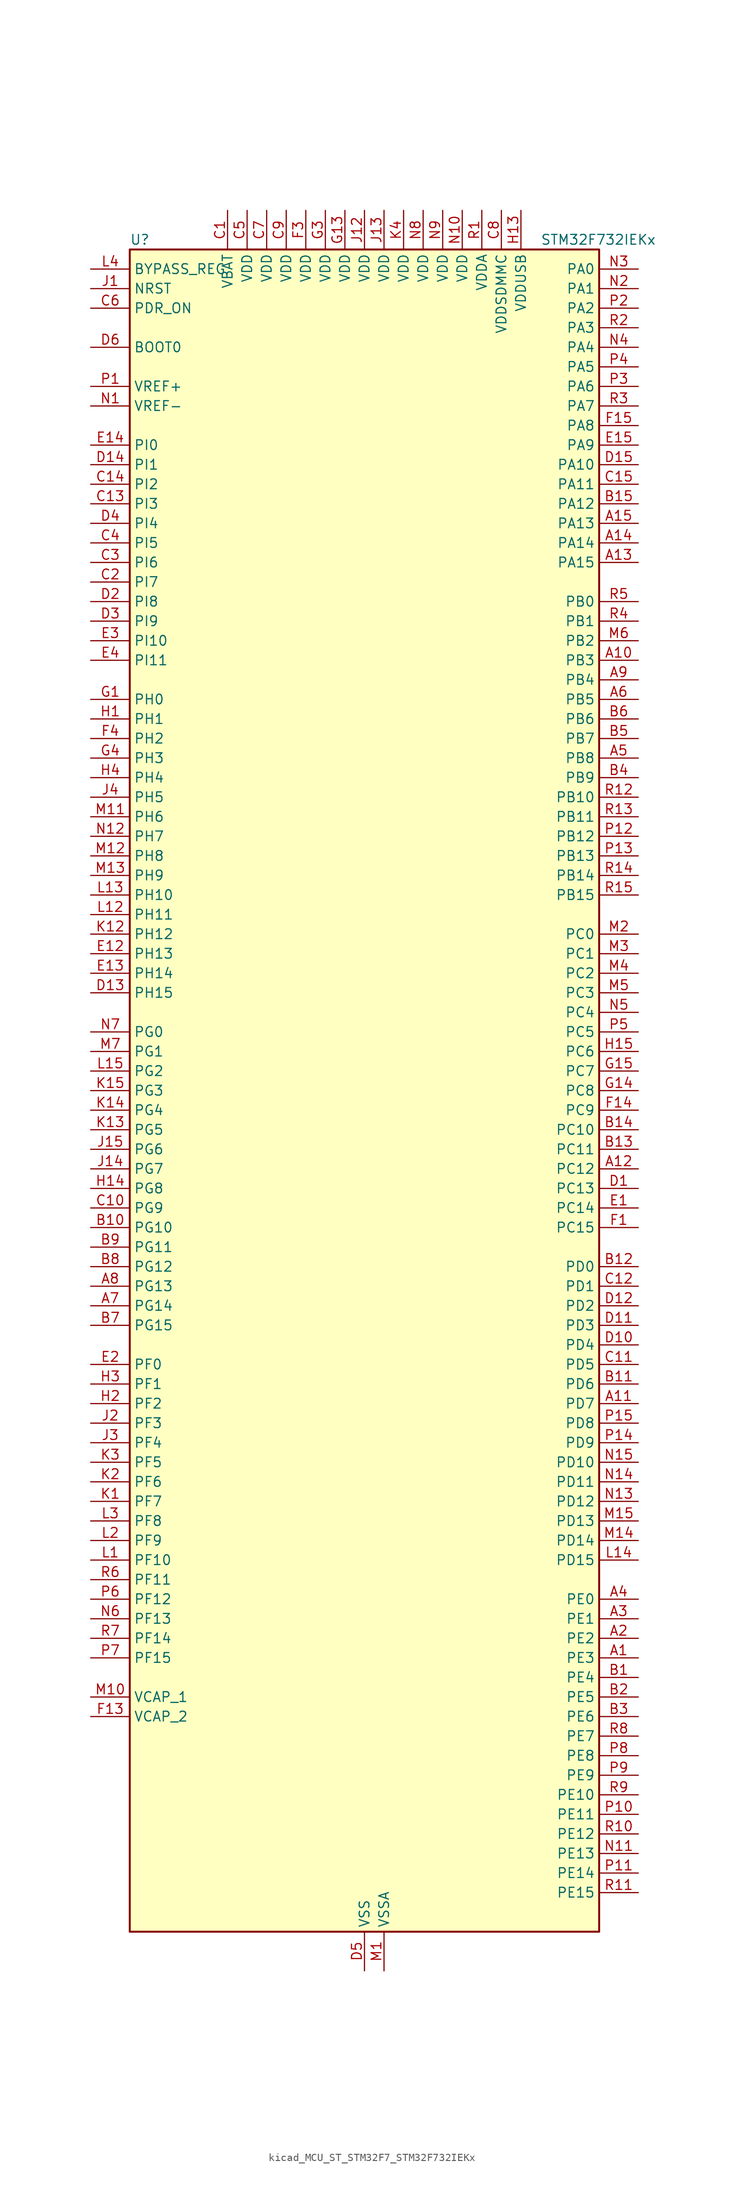
<source format=kicad_sym>
(kicad_symbol_lib
  (version 20220914)
  (generator kicad_symbol_editor)
  (symbol "kicad_MCU_ST_STM32F7_STM32F732IEKx"
    (property "Reference" "U"
      (at -30.48 110.49 0)
      (effects (font (size 1.27 1.27)) (justify left)))
    (property "Value" "STM32F732IEKx"
      (at 22.86 110.49 0)
      (effects (font (size 1.27 1.27)) (justify left)))
    (property "ki_locked" ""
      (at 0 0 0)
      (effects (font (size 1.27 1.27))))
    (symbol "kicad_MCU_ST_STM32F7_STM32F732IEKx_0_1"
      (rectangle (start -30.48 -109.22) (end 30.48 109.22) (stroke (width 0.254) (type default)) (fill (type background))))
    (symbol "kicad_MCU_ST_STM32F7_STM32F732IEKx_1_1"
      (pin bidirectional line (at 35.56 -73.66 180) (length 5.08) (name "PE3" (effects (font (size 1.27 1.27)))) (number "A1" (effects (font (size 1.27 1.27)))) (alternate "FMC_A19" bidirectional line) (alternate "SAI1_SD_B" bidirectional line) (alternate "SYS_TRACED0" bidirectional line))
      (pin bidirectional line (at 35.56 55.88 180) (length 5.08) (name "PB3" (effects (font (size 1.27 1.27)))) (number "A10" (effects (font (size 1.27 1.27)))) (alternate "I2S1_CK" bidirectional line) (alternate "I2S3_CK" bidirectional line) (alternate "SDMMC2_D2" bidirectional line) (alternate "SPI1_SCK" bidirectional line) (alternate "SPI3_SCK" bidirectional line) (alternate "SYS_JTDO-SWO" bidirectional line) (alternate "TIM2_CH2" bidirectional line))
      (pin bidirectional line (at 35.56 -40.64 180) (length 5.08) (name "PD7" (effects (font (size 1.27 1.27)))) (number "A11" (effects (font (size 1.27 1.27)))) (alternate "FMC_NE1" bidirectional line) (alternate "SDMMC2_CMD" bidirectional line) (alternate "USART2_CK" bidirectional line))
      (pin bidirectional line (at 35.56 -10.16 180) (length 5.08) (name "PC12" (effects (font (size 1.27 1.27)))) (number "A12" (effects (font (size 1.27 1.27)))) (alternate "I2S3_SD" bidirectional line) (alternate "SDMMC1_CK" bidirectional line) (alternate "SPI3_MOSI" bidirectional line) (alternate "SYS_TRACED3" bidirectional line) (alternate "UART5_TX" bidirectional line) (alternate "USART3_CK" bidirectional line))
      (pin bidirectional line (at 35.56 68.58 180) (length 5.08) (name "PA15" (effects (font (size 1.27 1.27)))) (number "A13" (effects (font (size 1.27 1.27)))) (alternate "I2S1_WS" bidirectional line) (alternate "I2S3_WS" bidirectional line) (alternate "SPI1_NSS" bidirectional line) (alternate "SPI3_NSS" bidirectional line) (alternate "SYS_JTDI" bidirectional line) (alternate "TIM2_CH1" bidirectional line) (alternate "TIM2_ETR" bidirectional line) (alternate "UART4_DE" bidirectional line) (alternate "UART4_RTS" bidirectional line))
      (pin bidirectional line (at 35.56 71.12 180) (length 5.08) (name "PA14" (effects (font (size 1.27 1.27)))) (number "A14" (effects (font (size 1.27 1.27)))) (alternate "SYS_JTCK-SWCLK" bidirectional line))
      (pin bidirectional line (at 35.56 73.66 180) (length 5.08) (name "PA13" (effects (font (size 1.27 1.27)))) (number "A15" (effects (font (size 1.27 1.27)))) (alternate "SYS_JTMS-SWDIO" bidirectional line))
      (pin bidirectional line (at 35.56 -71.12 180) (length 5.08) (name "PE2" (effects (font (size 1.27 1.27)))) (number "A2" (effects (font (size 1.27 1.27)))) (alternate "FMC_A23" bidirectional line) (alternate "QUADSPI_BK1_IO2" bidirectional line) (alternate "SAI1_MCLK_A" bidirectional line) (alternate "SPI4_SCK" bidirectional line) (alternate "SYS_TRACECLK" bidirectional line))
      (pin bidirectional line (at 35.56 -68.58 180) (length 5.08) (name "PE1" (effects (font (size 1.27 1.27)))) (number "A3" (effects (font (size 1.27 1.27)))) (alternate "FMC_NBL1" bidirectional line) (alternate "LPTIM1_IN2" bidirectional line) (alternate "UART8_TX" bidirectional line))
      (pin bidirectional line (at 35.56 -66.04 180) (length 5.08) (name "PE0" (effects (font (size 1.27 1.27)))) (number "A4" (effects (font (size 1.27 1.27)))) (alternate "FMC_NBL0" bidirectional line) (alternate "LPTIM1_ETR" bidirectional line) (alternate "SAI2_MCLK_A" bidirectional line) (alternate "TIM4_ETR" bidirectional line) (alternate "UART8_RX" bidirectional line))
      (pin bidirectional line (at 35.56 43.18 180) (length 5.08) (name "PB8" (effects (font (size 1.27 1.27)))) (number "A5" (effects (font (size 1.27 1.27)))) (alternate "CAN1_RX" bidirectional line) (alternate "I2C1_SCL" bidirectional line) (alternate "SDMMC1_D4" bidirectional line) (alternate "SDMMC2_D4" bidirectional line) (alternate "TIM10_CH1" bidirectional line) (alternate "TIM4_CH3" bidirectional line))
      (pin bidirectional line (at 35.56 50.8 180) (length 5.08) (name "PB5" (effects (font (size 1.27 1.27)))) (number "A6" (effects (font (size 1.27 1.27)))) (alternate "FMC_SDCKE1" bidirectional line) (alternate "I2C1_SMBA" bidirectional line) (alternate "I2S1_SD" bidirectional line) (alternate "I2S3_SD" bidirectional line) (alternate "SPI1_MOSI" bidirectional line) (alternate "SPI3_MOSI" bidirectional line) (alternate "TIM3_CH2" bidirectional line) (alternate "USB_OTG_HS_ULPI_D7" bidirectional line))
      (pin bidirectional line (at -35.56 -27.94 0) (length 5.08) (name "PG14" (effects (font (size 1.27 1.27)))) (number "A7" (effects (font (size 1.27 1.27)))) (alternate "FMC_A25" bidirectional line) (alternate "LPTIM1_ETR" bidirectional line) (alternate "QUADSPI_BK2_IO3" bidirectional line) (alternate "SYS_TRACED1" bidirectional line) (alternate "USART6_TX" bidirectional line))
      (pin bidirectional line (at -35.56 -25.4 0) (length 5.08) (name "PG13" (effects (font (size 1.27 1.27)))) (number "A8" (effects (font (size 1.27 1.27)))) (alternate "FMC_A24" bidirectional line) (alternate "LPTIM1_OUT" bidirectional line) (alternate "SYS_TRACED0" bidirectional line) (alternate "USART6_CTS" bidirectional line))
      (pin bidirectional line (at 35.56 53.34 180) (length 5.08) (name "PB4" (effects (font (size 1.27 1.27)))) (number "A9" (effects (font (size 1.27 1.27)))) (alternate "I2S2_WS" bidirectional line) (alternate "SDMMC2_D3" bidirectional line) (alternate "SPI1_MISO" bidirectional line) (alternate "SPI2_NSS" bidirectional line) (alternate "SPI3_MISO" bidirectional line) (alternate "SYS_JTRST" bidirectional line) (alternate "TIM3_CH1" bidirectional line))
      (pin bidirectional line (at 35.56 -76.2 180) (length 5.08) (name "PE4" (effects (font (size 1.27 1.27)))) (number "B1" (effects (font (size 1.27 1.27)))) (alternate "FMC_A20" bidirectional line) (alternate "SAI1_FS_A" bidirectional line) (alternate "SPI4_NSS" bidirectional line) (alternate "SYS_TRACED1" bidirectional line))
      (pin bidirectional line (at -35.56 -17.78 0) (length 5.08) (name "PG10" (effects (font (size 1.27 1.27)))) (number "B10" (effects (font (size 1.27 1.27)))) (alternate "FMC_NE3" bidirectional line) (alternate "SAI2_SD_B" bidirectional line) (alternate "SDMMC2_D1" bidirectional line))
      (pin bidirectional line (at 35.56 -38.1 180) (length 5.08) (name "PD6" (effects (font (size 1.27 1.27)))) (number "B11" (effects (font (size 1.27 1.27)))) (alternate "FMC_NWAIT" bidirectional line) (alternate "I2S3_SD" bidirectional line) (alternate "SAI1_SD_A" bidirectional line) (alternate "SDMMC2_CK" bidirectional line) (alternate "SPI3_MOSI" bidirectional line) (alternate "USART2_RX" bidirectional line))
      (pin bidirectional line (at 35.56 -22.86 180) (length 5.08) (name "PD0" (effects (font (size 1.27 1.27)))) (number "B12" (effects (font (size 1.27 1.27)))) (alternate "CAN1_RX" bidirectional line) (alternate "FMC_D2" bidirectional line) (alternate "FMC_DA2" bidirectional line))
      (pin bidirectional line (at 35.56 -7.62 180) (length 5.08) (name "PC11" (effects (font (size 1.27 1.27)))) (number "B13" (effects (font (size 1.27 1.27)))) (alternate "ADC1_EXTI11" bidirectional line) (alternate "ADC2_EXTI11" bidirectional line) (alternate "ADC3_EXTI11" bidirectional line) (alternate "QUADSPI_BK2_NCS" bidirectional line) (alternate "SDMMC1_D3" bidirectional line) (alternate "SPI3_MISO" bidirectional line) (alternate "UART4_RX" bidirectional line) (alternate "USART3_RX" bidirectional line))
      (pin bidirectional line (at 35.56 -5.08 180) (length 5.08) (name "PC10" (effects (font (size 1.27 1.27)))) (number "B14" (effects (font (size 1.27 1.27)))) (alternate "I2S3_CK" bidirectional line) (alternate "QUADSPI_BK1_IO1" bidirectional line) (alternate "SDMMC1_D2" bidirectional line) (alternate "SPI3_SCK" bidirectional line) (alternate "UART4_TX" bidirectional line) (alternate "USART3_TX" bidirectional line))
      (pin bidirectional line (at 35.56 76.2 180) (length 5.08) (name "PA12" (effects (font (size 1.27 1.27)))) (number "B15" (effects (font (size 1.27 1.27)))) (alternate "CAN1_TX" bidirectional line) (alternate "SAI2_FS_B" bidirectional line) (alternate "TIM1_ETR" bidirectional line) (alternate "USART1_DE" bidirectional line) (alternate "USART1_RTS" bidirectional line) (alternate "USB_OTG_FS_DP" bidirectional line))
      (pin bidirectional line (at 35.56 -78.74 180) (length 5.08) (name "PE5" (effects (font (size 1.27 1.27)))) (number "B2" (effects (font (size 1.27 1.27)))) (alternate "FMC_A21" bidirectional line) (alternate "SAI1_SCK_A" bidirectional line) (alternate "SPI4_MISO" bidirectional line) (alternate "SYS_TRACED2" bidirectional line) (alternate "TIM9_CH1" bidirectional line))
      (pin bidirectional line (at 35.56 -81.28 180) (length 5.08) (name "PE6" (effects (font (size 1.27 1.27)))) (number "B3" (effects (font (size 1.27 1.27)))) (alternate "FMC_A22" bidirectional line) (alternate "SAI1_SD_A" bidirectional line) (alternate "SAI2_MCLK_B" bidirectional line) (alternate "SPI4_MOSI" bidirectional line) (alternate "SYS_TRACED3" bidirectional line) (alternate "TIM1_BKIN2" bidirectional line) (alternate "TIM9_CH2" bidirectional line))
      (pin bidirectional line (at 35.56 40.64 180) (length 5.08) (name "PB9" (effects (font (size 1.27 1.27)))) (number "B4" (effects (font (size 1.27 1.27)))) (alternate "CAN1_TX" bidirectional line) (alternate "DAC_EXTI9" bidirectional line) (alternate "I2C1_SDA" bidirectional line) (alternate "I2S2_WS" bidirectional line) (alternate "SDMMC1_D5" bidirectional line) (alternate "SDMMC2_D5" bidirectional line) (alternate "SPI2_NSS" bidirectional line) (alternate "TIM11_CH1" bidirectional line) (alternate "TIM4_CH4" bidirectional line))
      (pin bidirectional line (at 35.56 45.72 180) (length 5.08) (name "PB7" (effects (font (size 1.27 1.27)))) (number "B5" (effects (font (size 1.27 1.27)))) (alternate "FMC_NL" bidirectional line) (alternate "I2C1_SDA" bidirectional line) (alternate "TIM4_CH2" bidirectional line) (alternate "USART1_RX" bidirectional line))
      (pin bidirectional line (at 35.56 48.26 180) (length 5.08) (name "PB6" (effects (font (size 1.27 1.27)))) (number "B6" (effects (font (size 1.27 1.27)))) (alternate "FMC_SDNE1" bidirectional line) (alternate "I2C1_SCL" bidirectional line) (alternate "QUADSPI_BK1_NCS" bidirectional line) (alternate "TIM4_CH1" bidirectional line) (alternate "USART1_TX" bidirectional line))
      (pin bidirectional line (at -35.56 -30.48 0) (length 5.08) (name "PG15" (effects (font (size 1.27 1.27)))) (number "B7" (effects (font (size 1.27 1.27)))) (alternate "FMC_SDNCAS" bidirectional line) (alternate "USART6_CTS" bidirectional line))
      (pin bidirectional line (at -35.56 -22.86 0) (length 5.08) (name "PG12" (effects (font (size 1.27 1.27)))) (number "B8" (effects (font (size 1.27 1.27)))) (alternate "FMC_NE4" bidirectional line) (alternate "LPTIM1_IN1" bidirectional line) (alternate "SDMMC2_D3" bidirectional line) (alternate "USART6_DE" bidirectional line) (alternate "USART6_RTS" bidirectional line))
      (pin bidirectional line (at -35.56 -20.32 0) (length 5.08) (name "PG11" (effects (font (size 1.27 1.27)))) (number "B9" (effects (font (size 1.27 1.27)))) (alternate "ADC1_EXTI11" bidirectional line) (alternate "ADC2_EXTI11" bidirectional line) (alternate "ADC3_EXTI11" bidirectional line) (alternate "FMC_INT" bidirectional line) (alternate "SDMMC2_D2" bidirectional line))
      (pin power_in line (at -17.78 114.3 270) (length 5.08) (name "VBAT" (effects (font (size 1.27 1.27)))) (number "C1" (effects (font (size 1.27 1.27)))))
      (pin bidirectional line (at -35.56 -15.24 0) (length 5.08) (name "PG9" (effects (font (size 1.27 1.27)))) (number "C10" (effects (font (size 1.27 1.27)))) (alternate "DAC_EXTI9" bidirectional line) (alternate "FMC_NCE" bidirectional line) (alternate "FMC_NE2" bidirectional line) (alternate "QUADSPI_BK2_IO2" bidirectional line) (alternate "SAI2_FS_B" bidirectional line) (alternate "SDMMC2_D0" bidirectional line) (alternate "USART6_RX" bidirectional line))
      (pin bidirectional line (at 35.56 -35.56 180) (length 5.08) (name "PD5" (effects (font (size 1.27 1.27)))) (number "C11" (effects (font (size 1.27 1.27)))) (alternate "FMC_NWE" bidirectional line) (alternate "USART2_TX" bidirectional line))
      (pin bidirectional line (at 35.56 -25.4 180) (length 5.08) (name "PD1" (effects (font (size 1.27 1.27)))) (number "C12" (effects (font (size 1.27 1.27)))) (alternate "CAN1_TX" bidirectional line) (alternate "FMC_D3" bidirectional line) (alternate "FMC_DA3" bidirectional line))
      (pin bidirectional line (at -35.56 76.2 0) (length 5.08) (name "PI3" (effects (font (size 1.27 1.27)))) (number "C13" (effects (font (size 1.27 1.27)))) (alternate "FMC_D27" bidirectional line) (alternate "I2S2_SD" bidirectional line) (alternate "SPI2_MOSI" bidirectional line) (alternate "TIM8_ETR" bidirectional line))
      (pin bidirectional line (at -35.56 78.74 0) (length 5.08) (name "PI2" (effects (font (size 1.27 1.27)))) (number "C14" (effects (font (size 1.27 1.27)))) (alternate "FMC_D26" bidirectional line) (alternate "SPI2_MISO" bidirectional line) (alternate "TIM8_CH4" bidirectional line))
      (pin bidirectional line (at 35.56 78.74 180) (length 5.08) (name "PA11" (effects (font (size 1.27 1.27)))) (number "C15" (effects (font (size 1.27 1.27)))) (alternate "ADC1_EXTI11" bidirectional line) (alternate "ADC2_EXTI11" bidirectional line) (alternate "ADC3_EXTI11" bidirectional line) (alternate "CAN1_RX" bidirectional line) (alternate "TIM1_CH4" bidirectional line) (alternate "USART1_CTS" bidirectional line) (alternate "USB_OTG_FS_DM" bidirectional line))
      (pin bidirectional line (at -35.56 66.04 0) (length 5.08) (name "PI7" (effects (font (size 1.27 1.27)))) (number "C2" (effects (font (size 1.27 1.27)))) (alternate "FMC_D29" bidirectional line) (alternate "SAI2_FS_A" bidirectional line) (alternate "TIM8_CH3" bidirectional line))
      (pin bidirectional line (at -35.56 68.58 0) (length 5.08) (name "PI6" (effects (font (size 1.27 1.27)))) (number "C3" (effects (font (size 1.27 1.27)))) (alternate "FMC_D28" bidirectional line) (alternate "SAI2_SD_A" bidirectional line) (alternate "TIM8_CH2" bidirectional line))
      (pin bidirectional line (at -35.56 71.12 0) (length 5.08) (name "PI5" (effects (font (size 1.27 1.27)))) (number "C4" (effects (font (size 1.27 1.27)))) (alternate "FMC_NBL3" bidirectional line) (alternate "SAI2_SCK_A" bidirectional line) (alternate "TIM8_CH1" bidirectional line))
      (pin power_in line (at -15.24 114.3 270) (length 5.08) (name "VDD" (effects (font (size 1.27 1.27)))) (number "C5" (effects (font (size 1.27 1.27)))))
      (pin input line (at -35.56 101.6 0) (length 5.08) (name "PDR_ON" (effects (font (size 1.27 1.27)))) (number "C6" (effects (font (size 1.27 1.27)))))
      (pin power_in line (at -12.7 114.3 270) (length 5.08) (name "VDD" (effects (font (size 1.27 1.27)))) (number "C7" (effects (font (size 1.27 1.27)))))
      (pin power_in line (at 17.78 114.3 270) (length 5.08) (name "VDDSDMMC" (effects (font (size 1.27 1.27)))) (number "C8" (effects (font (size 1.27 1.27)))))
      (pin power_in line (at -10.16 114.3 270) (length 5.08) (name "VDD" (effects (font (size 1.27 1.27)))) (number "C9" (effects (font (size 1.27 1.27)))))
      (pin bidirectional line (at 35.56 -12.7 180) (length 5.08) (name "PC13" (effects (font (size 1.27 1.27)))) (number "D1" (effects (font (size 1.27 1.27)))) (alternate "RTC_OUT" bidirectional line) (alternate "RTC_TAMP1" bidirectional line) (alternate "RTC_TS" bidirectional line) (alternate "SYS_WKUP4" bidirectional line))
      (pin bidirectional line (at 35.56 -33.02 180) (length 5.08) (name "PD4" (effects (font (size 1.27 1.27)))) (number "D10" (effects (font (size 1.27 1.27)))) (alternate "FMC_NOE" bidirectional line) (alternate "USART2_DE" bidirectional line) (alternate "USART2_RTS" bidirectional line))
      (pin bidirectional line (at 35.56 -30.48 180) (length 5.08) (name "PD3" (effects (font (size 1.27 1.27)))) (number "D11" (effects (font (size 1.27 1.27)))) (alternate "FMC_CLK" bidirectional line) (alternate "I2S2_CK" bidirectional line) (alternate "SPI2_SCK" bidirectional line) (alternate "USART2_CTS" bidirectional line))
      (pin bidirectional line (at 35.56 -27.94 180) (length 5.08) (name "PD2" (effects (font (size 1.27 1.27)))) (number "D12" (effects (font (size 1.27 1.27)))) (alternate "SDMMC1_CMD" bidirectional line) (alternate "SYS_TRACED2" bidirectional line) (alternate "TIM3_ETR" bidirectional line) (alternate "UART5_RX" bidirectional line))
      (pin bidirectional line (at -35.56 12.7 0) (length 5.08) (name "PH15" (effects (font (size 1.27 1.27)))) (number "D13" (effects (font (size 1.27 1.27)))) (alternate "FMC_D23" bidirectional line) (alternate "TIM8_CH3N" bidirectional line))
      (pin bidirectional line (at -35.56 81.28 0) (length 5.08) (name "PI1" (effects (font (size 1.27 1.27)))) (number "D14" (effects (font (size 1.27 1.27)))) (alternate "FMC_D25" bidirectional line) (alternate "I2S2_CK" bidirectional line) (alternate "SPI2_SCK" bidirectional line) (alternate "TIM8_BKIN2" bidirectional line))
      (pin bidirectional line (at 35.56 81.28 180) (length 5.08) (name "PA10" (effects (font (size 1.27 1.27)))) (number "D15" (effects (font (size 1.27 1.27)))) (alternate "TIM1_CH3" bidirectional line) (alternate "USART1_RX" bidirectional line) (alternate "USB_OTG_FS_ID" bidirectional line))
      (pin bidirectional line (at -35.56 63.5 0) (length 5.08) (name "PI8" (effects (font (size 1.27 1.27)))) (number "D2" (effects (font (size 1.27 1.27)))) (alternate "RTC_TAMP2" bidirectional line) (alternate "RTC_TS" bidirectional line) (alternate "SYS_WKUP5" bidirectional line))
      (pin bidirectional line (at -35.56 60.96 0) (length 5.08) (name "PI9" (effects (font (size 1.27 1.27)))) (number "D3" (effects (font (size 1.27 1.27)))) (alternate "CAN1_RX" bidirectional line) (alternate "DAC_EXTI9" bidirectional line) (alternate "FMC_D30" bidirectional line) (alternate "UART4_RX" bidirectional line))
      (pin bidirectional line (at -35.56 73.66 0) (length 5.08) (name "PI4" (effects (font (size 1.27 1.27)))) (number "D4" (effects (font (size 1.27 1.27)))) (alternate "FMC_NBL2" bidirectional line) (alternate "SAI2_MCLK_A" bidirectional line) (alternate "TIM8_BKIN" bidirectional line))
      (pin power_in line (at 0 -114.3 90) (length 5.08) (name "VSS" (effects (font (size 1.27 1.27)))) (number "D5" (effects (font (size 1.27 1.27)))))
      (pin input line (at -35.56 96.52 0) (length 5.08) (name "BOOT0" (effects (font (size 1.27 1.27)))) (number "D6" (effects (font (size 1.27 1.27)))))
      (pin passive line (at 0 -114.3 90) (length 5.08) hide (name "VSS" (effects (font (size 1.27 1.27)))) (number "D7" (effects (font (size 1.27 1.27)))))
      (pin passive line (at 0 -114.3 90) (length 5.08) hide (name "VSS" (effects (font (size 1.27 1.27)))) (number "D8" (effects (font (size 1.27 1.27)))))
      (pin passive line (at 0 -114.3 90) (length 5.08) hide (name "VSS" (effects (font (size 1.27 1.27)))) (number "D9" (effects (font (size 1.27 1.27)))))
      (pin bidirectional line (at 35.56 -15.24 180) (length 5.08) (name "PC14" (effects (font (size 1.27 1.27)))) (number "E1" (effects (font (size 1.27 1.27)))) (alternate "RCC_OSC32_IN" bidirectional line))
      (pin bidirectional line (at -35.56 17.78 0) (length 5.08) (name "PH13" (effects (font (size 1.27 1.27)))) (number "E12" (effects (font (size 1.27 1.27)))) (alternate "CAN1_TX" bidirectional line) (alternate "FMC_D21" bidirectional line) (alternate "TIM8_CH1N" bidirectional line) (alternate "UART4_TX" bidirectional line))
      (pin bidirectional line (at -35.56 15.24 0) (length 5.08) (name "PH14" (effects (font (size 1.27 1.27)))) (number "E13" (effects (font (size 1.27 1.27)))) (alternate "CAN1_RX" bidirectional line) (alternate "FMC_D22" bidirectional line) (alternate "TIM8_CH2N" bidirectional line) (alternate "UART4_RX" bidirectional line))
      (pin bidirectional line (at -35.56 83.82 0) (length 5.08) (name "PI0" (effects (font (size 1.27 1.27)))) (number "E14" (effects (font (size 1.27 1.27)))) (alternate "FMC_D24" bidirectional line) (alternate "I2S2_WS" bidirectional line) (alternate "SPI2_NSS" bidirectional line) (alternate "TIM5_CH4" bidirectional line))
      (pin bidirectional line (at 35.56 83.82 180) (length 5.08) (name "PA9" (effects (font (size 1.27 1.27)))) (number "E15" (effects (font (size 1.27 1.27)))) (alternate "DAC_EXTI9" bidirectional line) (alternate "I2C3_SMBA" bidirectional line) (alternate "I2S2_CK" bidirectional line) (alternate "SPI2_SCK" bidirectional line) (alternate "TIM1_CH2" bidirectional line) (alternate "USART1_TX" bidirectional line) (alternate "USB_OTG_FS_VBUS" bidirectional line))
      (pin bidirectional line (at -35.56 -35.56 0) (length 5.08) (name "PF0" (effects (font (size 1.27 1.27)))) (number "E2" (effects (font (size 1.27 1.27)))) (alternate "FMC_A0" bidirectional line) (alternate "I2C2_SDA" bidirectional line))
      (pin bidirectional line (at -35.56 58.42 0) (length 5.08) (name "PI10" (effects (font (size 1.27 1.27)))) (number "E3" (effects (font (size 1.27 1.27)))) (alternate "FMC_D31" bidirectional line))
      (pin bidirectional line (at -35.56 55.88 0) (length 5.08) (name "PI11" (effects (font (size 1.27 1.27)))) (number "E4" (effects (font (size 1.27 1.27)))) (alternate "ADC1_EXTI11" bidirectional line) (alternate "ADC2_EXTI11" bidirectional line) (alternate "ADC3_EXTI11" bidirectional line) (alternate "SYS_WKUP6" bidirectional line) (alternate "USB_OTG_HS_ULPI_DIR" bidirectional line))
      (pin bidirectional line (at 35.56 -17.78 180) (length 5.08) (name "PC15" (effects (font (size 1.27 1.27)))) (number "F1" (effects (font (size 1.27 1.27)))) (alternate "RCC_OSC32_OUT" bidirectional line))
      (pin passive line (at 0 -114.3 90) (length 5.08) hide (name "VSS" (effects (font (size 1.27 1.27)))) (number "F10" (effects (font (size 1.27 1.27)))))
      (pin passive line (at 0 -114.3 90) (length 5.08) hide (name "VSS" (effects (font (size 1.27 1.27)))) (number "F12" (effects (font (size 1.27 1.27)))))
      (pin power_out line (at -35.56 -81.28 0) (length 5.08) (name "VCAP_2" (effects (font (size 1.27 1.27)))) (number "F13" (effects (font (size 1.27 1.27)))))
      (pin bidirectional line (at 35.56 -2.54 180) (length 5.08) (name "PC9" (effects (font (size 1.27 1.27)))) (number "F14" (effects (font (size 1.27 1.27)))) (alternate "DAC_EXTI9" bidirectional line) (alternate "I2C3_SDA" bidirectional line) (alternate "I2S_CKIN" bidirectional line) (alternate "QUADSPI_BK1_IO0" bidirectional line) (alternate "RCC_MCO_2" bidirectional line) (alternate "SDMMC1_D1" bidirectional line) (alternate "TIM3_CH4" bidirectional line) (alternate "TIM8_CH4" bidirectional line) (alternate "UART5_CTS" bidirectional line))
      (pin bidirectional line (at 35.56 86.36 180) (length 5.08) (name "PA8" (effects (font (size 1.27 1.27)))) (number "F15" (effects (font (size 1.27 1.27)))) (alternate "I2C3_SCL" bidirectional line) (alternate "RCC_MCO_1" bidirectional line) (alternate "TIM1_CH1" bidirectional line) (alternate "TIM8_BKIN2" bidirectional line) (alternate "USART1_CK" bidirectional line) (alternate "USB_OTG_FS_SOF" bidirectional line))
      (pin passive line (at 0 -114.3 90) (length 5.08) hide (name "VSS" (effects (font (size 1.27 1.27)))) (number "F2" (effects (font (size 1.27 1.27)))))
      (pin power_in line (at -7.62 114.3 270) (length 5.08) (name "VDD" (effects (font (size 1.27 1.27)))) (number "F3" (effects (font (size 1.27 1.27)))))
      (pin bidirectional line (at -35.56 45.72 0) (length 5.08) (name "PH2" (effects (font (size 1.27 1.27)))) (number "F4" (effects (font (size 1.27 1.27)))) (alternate "FMC_SDCKE0" bidirectional line) (alternate "LPTIM1_IN2" bidirectional line) (alternate "QUADSPI_BK2_IO0" bidirectional line) (alternate "SAI2_SCK_B" bidirectional line))
      (pin passive line (at 0 -114.3 90) (length 5.08) hide (name "VSS" (effects (font (size 1.27 1.27)))) (number "F6" (effects (font (size 1.27 1.27)))))
      (pin passive line (at 0 -114.3 90) (length 5.08) hide (name "VSS" (effects (font (size 1.27 1.27)))) (number "F7" (effects (font (size 1.27 1.27)))))
      (pin passive line (at 0 -114.3 90) (length 5.08) hide (name "VSS" (effects (font (size 1.27 1.27)))) (number "F8" (effects (font (size 1.27 1.27)))))
      (pin passive line (at 0 -114.3 90) (length 5.08) hide (name "VSS" (effects (font (size 1.27 1.27)))) (number "F9" (effects (font (size 1.27 1.27)))))
      (pin bidirectional line (at -35.56 50.8 0) (length 5.08) (name "PH0" (effects (font (size 1.27 1.27)))) (number "G1" (effects (font (size 1.27 1.27)))) (alternate "RCC_OSC_IN" bidirectional line))
      (pin passive line (at 0 -114.3 90) (length 5.08) hide (name "VSS" (effects (font (size 1.27 1.27)))) (number "G10" (effects (font (size 1.27 1.27)))))
      (pin passive line (at 0 -114.3 90) (length 5.08) hide (name "VSS" (effects (font (size 1.27 1.27)))) (number "G12" (effects (font (size 1.27 1.27)))))
      (pin power_in line (at -2.54 114.3 270) (length 5.08) (name "VDD" (effects (font (size 1.27 1.27)))) (number "G13" (effects (font (size 1.27 1.27)))))
      (pin bidirectional line (at 35.56 0 180) (length 5.08) (name "PC8" (effects (font (size 1.27 1.27)))) (number "G14" (effects (font (size 1.27 1.27)))) (alternate "SDMMC1_D0" bidirectional line) (alternate "SYS_TRACED1" bidirectional line) (alternate "TIM3_CH3" bidirectional line) (alternate "TIM8_CH3" bidirectional line) (alternate "UART5_DE" bidirectional line) (alternate "UART5_RTS" bidirectional line) (alternate "USART6_CK" bidirectional line))
      (pin bidirectional line (at 35.56 2.54 180) (length 5.08) (name "PC7" (effects (font (size 1.27 1.27)))) (number "G15" (effects (font (size 1.27 1.27)))) (alternate "I2S3_MCK" bidirectional line) (alternate "SDMMC1_D7" bidirectional line) (alternate "SDMMC2_D7" bidirectional line) (alternate "TIM3_CH2" bidirectional line) (alternate "TIM8_CH2" bidirectional line) (alternate "USART6_RX" bidirectional line))
      (pin passive line (at 0 -114.3 90) (length 5.08) hide (name "VSS" (effects (font (size 1.27 1.27)))) (number "G2" (effects (font (size 1.27 1.27)))))
      (pin power_in line (at -5.08 114.3 270) (length 5.08) (name "VDD" (effects (font (size 1.27 1.27)))) (number "G3" (effects (font (size 1.27 1.27)))))
      (pin bidirectional line (at -35.56 43.18 0) (length 5.08) (name "PH3" (effects (font (size 1.27 1.27)))) (number "G4" (effects (font (size 1.27 1.27)))) (alternate "FMC_SDNE0" bidirectional line) (alternate "QUADSPI_BK2_IO1" bidirectional line) (alternate "SAI2_MCLK_B" bidirectional line))
      (pin passive line (at 0 -114.3 90) (length 5.08) hide (name "VSS" (effects (font (size 1.27 1.27)))) (number "G6" (effects (font (size 1.27 1.27)))))
      (pin passive line (at 0 -114.3 90) (length 5.08) hide (name "VSS" (effects (font (size 1.27 1.27)))) (number "G7" (effects (font (size 1.27 1.27)))))
      (pin passive line (at 0 -114.3 90) (length 5.08) hide (name "VSS" (effects (font (size 1.27 1.27)))) (number "G8" (effects (font (size 1.27 1.27)))))
      (pin passive line (at 0 -114.3 90) (length 5.08) hide (name "VSS" (effects (font (size 1.27 1.27)))) (number "G9" (effects (font (size 1.27 1.27)))))
      (pin bidirectional line (at -35.56 48.26 0) (length 5.08) (name "PH1" (effects (font (size 1.27 1.27)))) (number "H1" (effects (font (size 1.27 1.27)))) (alternate "RCC_OSC_OUT" bidirectional line))
      (pin passive line (at 0 -114.3 90) (length 5.08) hide (name "VSS" (effects (font (size 1.27 1.27)))) (number "H10" (effects (font (size 1.27 1.27)))))
      (pin passive line (at 0 -114.3 90) (length 5.08) hide (name "VSS" (effects (font (size 1.27 1.27)))) (number "H12" (effects (font (size 1.27 1.27)))))
      (pin power_in line (at 20.32 114.3 270) (length 5.08) (name "VDDUSB" (effects (font (size 1.27 1.27)))) (number "H13" (effects (font (size 1.27 1.27)))))
      (pin bidirectional line (at -35.56 -12.7 0) (length 5.08) (name "PG8" (effects (font (size 1.27 1.27)))) (number "H14" (effects (font (size 1.27 1.27)))) (alternate "FMC_SDCLK" bidirectional line) (alternate "USART6_DE" bidirectional line) (alternate "USART6_RTS" bidirectional line))
      (pin bidirectional line (at 35.56 5.08 180) (length 5.08) (name "PC6" (effects (font (size 1.27 1.27)))) (number "H15" (effects (font (size 1.27 1.27)))) (alternate "I2S2_MCK" bidirectional line) (alternate "SDMMC1_D6" bidirectional line) (alternate "SDMMC2_D6" bidirectional line) (alternate "TIM3_CH1" bidirectional line) (alternate "TIM8_CH1" bidirectional line) (alternate "USART6_TX" bidirectional line))
      (pin bidirectional line (at -35.56 -40.64 0) (length 5.08) (name "PF2" (effects (font (size 1.27 1.27)))) (number "H2" (effects (font (size 1.27 1.27)))) (alternate "FMC_A2" bidirectional line) (alternate "I2C2_SMBA" bidirectional line))
      (pin bidirectional line (at -35.56 -38.1 0) (length 5.08) (name "PF1" (effects (font (size 1.27 1.27)))) (number "H3" (effects (font (size 1.27 1.27)))) (alternate "FMC_A1" bidirectional line) (alternate "I2C2_SCL" bidirectional line))
      (pin bidirectional line (at -35.56 40.64 0) (length 5.08) (name "PH4" (effects (font (size 1.27 1.27)))) (number "H4" (effects (font (size 1.27 1.27)))) (alternate "I2C2_SCL" bidirectional line) (alternate "USB_OTG_HS_ULPI_NXT" bidirectional line))
      (pin passive line (at 0 -114.3 90) (length 5.08) hide (name "VSS" (effects (font (size 1.27 1.27)))) (number "H6" (effects (font (size 1.27 1.27)))))
      (pin passive line (at 0 -114.3 90) (length 5.08) hide (name "VSS" (effects (font (size 1.27 1.27)))) (number "H7" (effects (font (size 1.27 1.27)))))
      (pin passive line (at 0 -114.3 90) (length 5.08) hide (name "VSS" (effects (font (size 1.27 1.27)))) (number "H8" (effects (font (size 1.27 1.27)))))
      (pin passive line (at 0 -114.3 90) (length 5.08) hide (name "VSS" (effects (font (size 1.27 1.27)))) (number "H9" (effects (font (size 1.27 1.27)))))
      (pin input line (at -35.56 104.14 0) (length 5.08) (name "NRST" (effects (font (size 1.27 1.27)))) (number "J1" (effects (font (size 1.27 1.27)))))
      (pin passive line (at 0 -114.3 90) (length 5.08) hide (name "VSS" (effects (font (size 1.27 1.27)))) (number "J10" (effects (font (size 1.27 1.27)))))
      (pin power_in line (at 0 114.3 270) (length 5.08) (name "VDD" (effects (font (size 1.27 1.27)))) (number "J12" (effects (font (size 1.27 1.27)))))
      (pin power_in line (at 2.54 114.3 270) (length 5.08) (name "VDD" (effects (font (size 1.27 1.27)))) (number "J13" (effects (font (size 1.27 1.27)))))
      (pin bidirectional line (at -35.56 -10.16 0) (length 5.08) (name "PG7" (effects (font (size 1.27 1.27)))) (number "J14" (effects (font (size 1.27 1.27)))) (alternate "FMC_INT" bidirectional line) (alternate "USART6_CK" bidirectional line))
      (pin bidirectional line (at -35.56 -7.62 0) (length 5.08) (name "PG6" (effects (font (size 1.27 1.27)))) (number "J15" (effects (font (size 1.27 1.27)))))
      (pin bidirectional line (at -35.56 -43.18 0) (length 5.08) (name "PF3" (effects (font (size 1.27 1.27)))) (number "J2" (effects (font (size 1.27 1.27)))) (alternate "ADC3_IN9" bidirectional line) (alternate "FMC_A3" bidirectional line))
      (pin bidirectional line (at -35.56 -45.72 0) (length 5.08) (name "PF4" (effects (font (size 1.27 1.27)))) (number "J3" (effects (font (size 1.27 1.27)))) (alternate "ADC3_IN14" bidirectional line) (alternate "FMC_A4" bidirectional line))
      (pin bidirectional line (at -35.56 38.1 0) (length 5.08) (name "PH5" (effects (font (size 1.27 1.27)))) (number "J4" (effects (font (size 1.27 1.27)))) (alternate "FMC_SDNWE" bidirectional line) (alternate "I2C2_SDA" bidirectional line) (alternate "SPI5_NSS" bidirectional line))
      (pin passive line (at 0 -114.3 90) (length 5.08) hide (name "VSS" (effects (font (size 1.27 1.27)))) (number "J6" (effects (font (size 1.27 1.27)))))
      (pin passive line (at 0 -114.3 90) (length 5.08) hide (name "VSS" (effects (font (size 1.27 1.27)))) (number "J7" (effects (font (size 1.27 1.27)))))
      (pin passive line (at 0 -114.3 90) (length 5.08) hide (name "VSS" (effects (font (size 1.27 1.27)))) (number "J8" (effects (font (size 1.27 1.27)))))
      (pin passive line (at 0 -114.3 90) (length 5.08) hide (name "VSS" (effects (font (size 1.27 1.27)))) (number "J9" (effects (font (size 1.27 1.27)))))
      (pin bidirectional line (at -35.56 -53.34 0) (length 5.08) (name "PF7" (effects (font (size 1.27 1.27)))) (number "K1" (effects (font (size 1.27 1.27)))) (alternate "ADC3_IN5" bidirectional line) (alternate "QUADSPI_BK1_IO2" bidirectional line) (alternate "SAI1_MCLK_B" bidirectional line) (alternate "SPI5_SCK" bidirectional line) (alternate "TIM11_CH1" bidirectional line) (alternate "UART7_TX" bidirectional line))
      (pin passive line (at 0 -114.3 90) (length 5.08) hide (name "VSS" (effects (font (size 1.27 1.27)))) (number "K10" (effects (font (size 1.27 1.27)))))
      (pin bidirectional line (at -35.56 20.32 0) (length 5.08) (name "PH12" (effects (font (size 1.27 1.27)))) (number "K12" (effects (font (size 1.27 1.27)))) (alternate "FMC_D20" bidirectional line) (alternate "TIM5_CH3" bidirectional line))
      (pin bidirectional line (at -35.56 -5.08 0) (length 5.08) (name "PG5" (effects (font (size 1.27 1.27)))) (number "K13" (effects (font (size 1.27 1.27)))) (alternate "FMC_A15" bidirectional line) (alternate "FMC_BA1" bidirectional line))
      (pin bidirectional line (at -35.56 -2.54 0) (length 5.08) (name "PG4" (effects (font (size 1.27 1.27)))) (number "K14" (effects (font (size 1.27 1.27)))) (alternate "FMC_A14" bidirectional line) (alternate "FMC_BA0" bidirectional line))
      (pin bidirectional line (at -35.56 0 0) (length 5.08) (name "PG3" (effects (font (size 1.27 1.27)))) (number "K15" (effects (font (size 1.27 1.27)))) (alternate "FMC_A13" bidirectional line))
      (pin bidirectional line (at -35.56 -50.8 0) (length 5.08) (name "PF6" (effects (font (size 1.27 1.27)))) (number "K2" (effects (font (size 1.27 1.27)))) (alternate "ADC3_IN4" bidirectional line) (alternate "QUADSPI_BK1_IO3" bidirectional line) (alternate "SAI1_SD_B" bidirectional line) (alternate "SPI5_NSS" bidirectional line) (alternate "TIM10_CH1" bidirectional line) (alternate "UART7_RX" bidirectional line))
      (pin bidirectional line (at -35.56 -48.26 0) (length 5.08) (name "PF5" (effects (font (size 1.27 1.27)))) (number "K3" (effects (font (size 1.27 1.27)))) (alternate "ADC3_IN15" bidirectional line) (alternate "FMC_A5" bidirectional line))
      (pin power_in line (at 5.08 114.3 270) (length 5.08) (name "VDD" (effects (font (size 1.27 1.27)))) (number "K4" (effects (font (size 1.27 1.27)))))
      (pin passive line (at 0 -114.3 90) (length 5.08) hide (name "VSS" (effects (font (size 1.27 1.27)))) (number "K6" (effects (font (size 1.27 1.27)))))
      (pin passive line (at 0 -114.3 90) (length 5.08) hide (name "VSS" (effects (font (size 1.27 1.27)))) (number "K7" (effects (font (size 1.27 1.27)))))
      (pin passive line (at 0 -114.3 90) (length 5.08) hide (name "VSS" (effects (font (size 1.27 1.27)))) (number "K8" (effects (font (size 1.27 1.27)))))
      (pin passive line (at 0 -114.3 90) (length 5.08) hide (name "VSS" (effects (font (size 1.27 1.27)))) (number "K9" (effects (font (size 1.27 1.27)))))
      (pin bidirectional line (at -35.56 -60.96 0) (length 5.08) (name "PF10" (effects (font (size 1.27 1.27)))) (number "L1" (effects (font (size 1.27 1.27)))) (alternate "ADC3_IN8" bidirectional line))
      (pin bidirectional line (at -35.56 22.86 0) (length 5.08) (name "PH11" (effects (font (size 1.27 1.27)))) (number "L12" (effects (font (size 1.27 1.27)))) (alternate "ADC1_EXTI11" bidirectional line) (alternate "ADC2_EXTI11" bidirectional line) (alternate "ADC3_EXTI11" bidirectional line) (alternate "FMC_D19" bidirectional line) (alternate "TIM5_CH2" bidirectional line))
      (pin bidirectional line (at -35.56 25.4 0) (length 5.08) (name "PH10" (effects (font (size 1.27 1.27)))) (number "L13" (effects (font (size 1.27 1.27)))) (alternate "FMC_D18" bidirectional line) (alternate "TIM5_CH1" bidirectional line))
      (pin bidirectional line (at 35.56 -60.96 180) (length 5.08) (name "PD15" (effects (font (size 1.27 1.27)))) (number "L14" (effects (font (size 1.27 1.27)))) (alternate "FMC_D1" bidirectional line) (alternate "FMC_DA1" bidirectional line) (alternate "TIM4_CH4" bidirectional line) (alternate "UART8_DE" bidirectional line) (alternate "UART8_RTS" bidirectional line))
      (pin bidirectional line (at -35.56 2.54 0) (length 5.08) (name "PG2" (effects (font (size 1.27 1.27)))) (number "L15" (effects (font (size 1.27 1.27)))) (alternate "FMC_A12" bidirectional line))
      (pin bidirectional line (at -35.56 -58.42 0) (length 5.08) (name "PF9" (effects (font (size 1.27 1.27)))) (number "L2" (effects (font (size 1.27 1.27)))) (alternate "ADC3_IN7" bidirectional line) (alternate "DAC_EXTI9" bidirectional line) (alternate "QUADSPI_BK1_IO1" bidirectional line) (alternate "SAI1_FS_B" bidirectional line) (alternate "SPI5_MOSI" bidirectional line) (alternate "TIM14_CH1" bidirectional line) (alternate "UART7_CTS" bidirectional line))
      (pin bidirectional line (at -35.56 -55.88 0) (length 5.08) (name "PF8" (effects (font (size 1.27 1.27)))) (number "L3" (effects (font (size 1.27 1.27)))) (alternate "ADC3_IN6" bidirectional line) (alternate "QUADSPI_BK1_IO0" bidirectional line) (alternate "SAI1_SCK_B" bidirectional line) (alternate "SPI5_MISO" bidirectional line) (alternate "TIM13_CH1" bidirectional line) (alternate "UART7_DE" bidirectional line) (alternate "UART7_RTS" bidirectional line))
      (pin input line (at -35.56 106.68 0) (length 5.08) (name "BYPASS_REG" (effects (font (size 1.27 1.27)))) (number "L4" (effects (font (size 1.27 1.27)))))
      (pin power_in line (at 2.54 -114.3 90) (length 5.08) (name "VSSA" (effects (font (size 1.27 1.27)))) (number "M1" (effects (font (size 1.27 1.27)))))
      (pin power_out line (at -35.56 -78.74 0) (length 5.08) (name "VCAP_1" (effects (font (size 1.27 1.27)))) (number "M10" (effects (font (size 1.27 1.27)))))
      (pin bidirectional line (at -35.56 35.56 0) (length 5.08) (name "PH6" (effects (font (size 1.27 1.27)))) (number "M11" (effects (font (size 1.27 1.27)))) (alternate "FMC_SDNE1" bidirectional line) (alternate "I2C2_SMBA" bidirectional line) (alternate "SPI5_SCK" bidirectional line) (alternate "TIM12_CH1" bidirectional line))
      (pin bidirectional line (at -35.56 30.48 0) (length 5.08) (name "PH8" (effects (font (size 1.27 1.27)))) (number "M12" (effects (font (size 1.27 1.27)))) (alternate "FMC_D16" bidirectional line) (alternate "I2C3_SDA" bidirectional line))
      (pin bidirectional line (at -35.56 27.94 0) (length 5.08) (name "PH9" (effects (font (size 1.27 1.27)))) (number "M13" (effects (font (size 1.27 1.27)))) (alternate "DAC_EXTI9" bidirectional line) (alternate "FMC_D17" bidirectional line) (alternate "I2C3_SMBA" bidirectional line) (alternate "TIM12_CH2" bidirectional line))
      (pin bidirectional line (at 35.56 -58.42 180) (length 5.08) (name "PD14" (effects (font (size 1.27 1.27)))) (number "M14" (effects (font (size 1.27 1.27)))) (alternate "FMC_D0" bidirectional line) (alternate "FMC_DA0" bidirectional line) (alternate "TIM4_CH3" bidirectional line) (alternate "UART8_CTS" bidirectional line))
      (pin bidirectional line (at 35.56 -55.88 180) (length 5.08) (name "PD13" (effects (font (size 1.27 1.27)))) (number "M15" (effects (font (size 1.27 1.27)))) (alternate "FMC_A18" bidirectional line) (alternate "LPTIM1_OUT" bidirectional line) (alternate "QUADSPI_BK1_IO3" bidirectional line) (alternate "SAI2_SCK_A" bidirectional line) (alternate "TIM4_CH2" bidirectional line))
      (pin bidirectional line (at 35.56 20.32 180) (length 5.08) (name "PC0" (effects (font (size 1.27 1.27)))) (number "M2" (effects (font (size 1.27 1.27)))) (alternate "ADC1_IN10" bidirectional line) (alternate "ADC2_IN10" bidirectional line) (alternate "ADC3_IN10" bidirectional line) (alternate "FMC_SDNWE" bidirectional line) (alternate "SAI2_FS_B" bidirectional line) (alternate "USB_OTG_HS_ULPI_STP" bidirectional line))
      (pin bidirectional line (at 35.56 17.78 180) (length 5.08) (name "PC1" (effects (font (size 1.27 1.27)))) (number "M3" (effects (font (size 1.27 1.27)))) (alternate "ADC1_IN11" bidirectional line) (alternate "ADC2_IN11" bidirectional line) (alternate "ADC3_IN11" bidirectional line) (alternate "I2S2_SD" bidirectional line) (alternate "RTC_TAMP3" bidirectional line) (alternate "RTC_TS" bidirectional line) (alternate "SAI1_SD_A" bidirectional line) (alternate "SPI2_MOSI" bidirectional line) (alternate "SYS_TRACED0" bidirectional line) (alternate "SYS_WKUP3" bidirectional line))
      (pin bidirectional line (at 35.56 15.24 180) (length 5.08) (name "PC2" (effects (font (size 1.27 1.27)))) (number "M4" (effects (font (size 1.27 1.27)))) (alternate "ADC1_IN12" bidirectional line) (alternate "ADC2_IN12" bidirectional line) (alternate "ADC3_IN12" bidirectional line) (alternate "FMC_SDNE0" bidirectional line) (alternate "SPI2_MISO" bidirectional line) (alternate "USB_OTG_HS_ULPI_DIR" bidirectional line))
      (pin bidirectional line (at 35.56 12.7 180) (length 5.08) (name "PC3" (effects (font (size 1.27 1.27)))) (number "M5" (effects (font (size 1.27 1.27)))) (alternate "ADC1_IN13" bidirectional line) (alternate "ADC2_IN13" bidirectional line) (alternate "ADC3_IN13" bidirectional line) (alternate "FMC_SDCKE0" bidirectional line) (alternate "I2S2_SD" bidirectional line) (alternate "SPI2_MOSI" bidirectional line) (alternate "USB_OTG_HS_ULPI_NXT" bidirectional line))
      (pin bidirectional line (at 35.56 58.42 180) (length 5.08) (name "PB2" (effects (font (size 1.27 1.27)))) (number "M6" (effects (font (size 1.27 1.27)))) (alternate "I2S3_SD" bidirectional line) (alternate "QUADSPI_CLK" bidirectional line) (alternate "SAI1_SD_A" bidirectional line) (alternate "SPI3_MOSI" bidirectional line))
      (pin bidirectional line (at -35.56 5.08 0) (length 5.08) (name "PG1" (effects (font (size 1.27 1.27)))) (number "M7" (effects (font (size 1.27 1.27)))) (alternate "FMC_A11" bidirectional line))
      (pin passive line (at 0 -114.3 90) (length 5.08) hide (name "VSS" (effects (font (size 1.27 1.27)))) (number "M8" (effects (font (size 1.27 1.27)))))
      (pin passive line (at 0 -114.3 90) (length 5.08) hide (name "VSS" (effects (font (size 1.27 1.27)))) (number "M9" (effects (font (size 1.27 1.27)))))
      (pin input line (at -35.56 88.9 0) (length 5.08) (name "VREF-" (effects (font (size 1.27 1.27)))) (number "N1" (effects (font (size 1.27 1.27)))))
      (pin power_in line (at 12.7 114.3 270) (length 5.08) (name "VDD" (effects (font (size 1.27 1.27)))) (number "N10" (effects (font (size 1.27 1.27)))))
      (pin bidirectional line (at 35.56 -99.06 180) (length 5.08) (name "PE13" (effects (font (size 1.27 1.27)))) (number "N11" (effects (font (size 1.27 1.27)))) (alternate "FMC_D10" bidirectional line) (alternate "FMC_DA10" bidirectional line) (alternate "SAI2_FS_B" bidirectional line) (alternate "SPI4_MISO" bidirectional line) (alternate "TIM1_CH3" bidirectional line))
      (pin bidirectional line (at -35.56 33.02 0) (length 5.08) (name "PH7" (effects (font (size 1.27 1.27)))) (number "N12" (effects (font (size 1.27 1.27)))) (alternate "FMC_SDCKE1" bidirectional line) (alternate "I2C3_SCL" bidirectional line) (alternate "SPI5_MISO" bidirectional line))
      (pin bidirectional line (at 35.56 -53.34 180) (length 5.08) (name "PD12" (effects (font (size 1.27 1.27)))) (number "N13" (effects (font (size 1.27 1.27)))) (alternate "FMC_A17" bidirectional line) (alternate "FMC_ALE" bidirectional line) (alternate "LPTIM1_IN1" bidirectional line) (alternate "QUADSPI_BK1_IO1" bidirectional line) (alternate "SAI2_FS_A" bidirectional line) (alternate "TIM4_CH1" bidirectional line) (alternate "USART3_DE" bidirectional line) (alternate "USART3_RTS" bidirectional line))
      (pin bidirectional line (at 35.56 -50.8 180) (length 5.08) (name "PD11" (effects (font (size 1.27 1.27)))) (number "N14" (effects (font (size 1.27 1.27)))) (alternate "ADC1_EXTI11" bidirectional line) (alternate "ADC2_EXTI11" bidirectional line) (alternate "ADC3_EXTI11" bidirectional line) (alternate "FMC_A16" bidirectional line) (alternate "FMC_CLE" bidirectional line) (alternate "QUADSPI_BK1_IO0" bidirectional line) (alternate "SAI2_SD_A" bidirectional line) (alternate "USART3_CTS" bidirectional line))
      (pin bidirectional line (at 35.56 -48.26 180) (length 5.08) (name "PD10" (effects (font (size 1.27 1.27)))) (number "N15" (effects (font (size 1.27 1.27)))) (alternate "FMC_D15" bidirectional line) (alternate "FMC_DA15" bidirectional line) (alternate "USART3_CK" bidirectional line))
      (pin bidirectional line (at 35.56 104.14 180) (length 5.08) (name "PA1" (effects (font (size 1.27 1.27)))) (number "N2" (effects (font (size 1.27 1.27)))) (alternate "ADC1_IN1" bidirectional line) (alternate "ADC2_IN1" bidirectional line) (alternate "ADC3_IN1" bidirectional line) (alternate "QUADSPI_BK1_IO3" bidirectional line) (alternate "SAI2_MCLK_B" bidirectional line) (alternate "TIM2_CH2" bidirectional line) (alternate "TIM5_CH2" bidirectional line) (alternate "UART4_RX" bidirectional line) (alternate "USART2_DE" bidirectional line) (alternate "USART2_RTS" bidirectional line))
      (pin bidirectional line (at 35.56 106.68 180) (length 5.08) (name "PA0" (effects (font (size 1.27 1.27)))) (number "N3" (effects (font (size 1.27 1.27)))) (alternate "ADC1_IN0" bidirectional line) (alternate "ADC2_IN0" bidirectional line) (alternate "ADC3_IN0" bidirectional line) (alternate "SAI2_SD_B" bidirectional line) (alternate "SYS_WKUP1" bidirectional line) (alternate "TIM2_CH1" bidirectional line) (alternate "TIM2_ETR" bidirectional line) (alternate "TIM5_CH1" bidirectional line) (alternate "TIM8_ETR" bidirectional line) (alternate "UART4_TX" bidirectional line) (alternate "USART2_CTS" bidirectional line))
      (pin bidirectional line (at 35.56 96.52 180) (length 5.08) (name "PA4" (effects (font (size 1.27 1.27)))) (number "N4" (effects (font (size 1.27 1.27)))) (alternate "ADC1_IN4" bidirectional line) (alternate "ADC2_IN4" bidirectional line) (alternate "DAC_OUT1" bidirectional line) (alternate "I2S1_WS" bidirectional line) (alternate "I2S3_WS" bidirectional line) (alternate "SPI1_NSS" bidirectional line) (alternate "SPI3_NSS" bidirectional line) (alternate "USART2_CK" bidirectional line) (alternate "USB_OTG_HS_SOF" bidirectional line))
      (pin bidirectional line (at 35.56 10.16 180) (length 5.08) (name "PC4" (effects (font (size 1.27 1.27)))) (number "N5" (effects (font (size 1.27 1.27)))) (alternate "ADC1_IN14" bidirectional line) (alternate "ADC2_IN14" bidirectional line) (alternate "FMC_SDNE0" bidirectional line) (alternate "I2S1_MCK" bidirectional line))
      (pin bidirectional line (at -35.56 -68.58 0) (length 5.08) (name "PF13" (effects (font (size 1.27 1.27)))) (number "N6" (effects (font (size 1.27 1.27)))) (alternate "FMC_A7" bidirectional line))
      (pin bidirectional line (at -35.56 7.62 0) (length 5.08) (name "PG0" (effects (font (size 1.27 1.27)))) (number "N7" (effects (font (size 1.27 1.27)))) (alternate "FMC_A10" bidirectional line))
      (pin power_in line (at 7.62 114.3 270) (length 5.08) (name "VDD" (effects (font (size 1.27 1.27)))) (number "N8" (effects (font (size 1.27 1.27)))))
      (pin power_in line (at 10.16 114.3 270) (length 5.08) (name "VDD" (effects (font (size 1.27 1.27)))) (number "N9" (effects (font (size 1.27 1.27)))))
      (pin input line (at -35.56 91.44 0) (length 5.08) (name "VREF+" (effects (font (size 1.27 1.27)))) (number "P1" (effects (font (size 1.27 1.27)))))
      (pin bidirectional line (at 35.56 -93.98 180) (length 5.08) (name "PE11" (effects (font (size 1.27 1.27)))) (number "P10" (effects (font (size 1.27 1.27)))) (alternate "ADC1_EXTI11" bidirectional line) (alternate "ADC2_EXTI11" bidirectional line) (alternate "ADC3_EXTI11" bidirectional line) (alternate "FMC_D8" bidirectional line) (alternate "FMC_DA8" bidirectional line) (alternate "SAI2_SD_B" bidirectional line) (alternate "SPI4_NSS" bidirectional line) (alternate "TIM1_CH2" bidirectional line))
      (pin bidirectional line (at 35.56 -101.6 180) (length 5.08) (name "PE14" (effects (font (size 1.27 1.27)))) (number "P11" (effects (font (size 1.27 1.27)))) (alternate "FMC_D11" bidirectional line) (alternate "FMC_DA11" bidirectional line) (alternate "SAI2_MCLK_B" bidirectional line) (alternate "SPI4_MOSI" bidirectional line) (alternate "TIM1_CH4" bidirectional line))
      (pin bidirectional line (at 35.56 33.02 180) (length 5.08) (name "PB12" (effects (font (size 1.27 1.27)))) (number "P12" (effects (font (size 1.27 1.27)))) (alternate "I2C2_SMBA" bidirectional line) (alternate "I2S2_WS" bidirectional line) (alternate "SPI2_NSS" bidirectional line) (alternate "TIM1_BKIN" bidirectional line) (alternate "USART3_CK" bidirectional line) (alternate "USB_OTG_HS_ID" bidirectional line) (alternate "USB_OTG_HS_ULPI_D5" bidirectional line))
      (pin bidirectional line (at 35.56 30.48 180) (length 5.08) (name "PB13" (effects (font (size 1.27 1.27)))) (number "P13" (effects (font (size 1.27 1.27)))) (alternate "I2S2_CK" bidirectional line) (alternate "SPI2_SCK" bidirectional line) (alternate "TIM1_CH1N" bidirectional line) (alternate "USART3_CTS" bidirectional line) (alternate "USB_OTG_HS_ULPI_D6" bidirectional line) (alternate "USB_OTG_HS_VBUS" bidirectional line))
      (pin bidirectional line (at 35.56 -45.72 180) (length 5.08) (name "PD9" (effects (font (size 1.27 1.27)))) (number "P14" (effects (font (size 1.27 1.27)))) (alternate "DAC_EXTI9" bidirectional line) (alternate "FMC_D14" bidirectional line) (alternate "FMC_DA14" bidirectional line) (alternate "USART3_RX" bidirectional line))
      (pin bidirectional line (at 35.56 -43.18 180) (length 5.08) (name "PD8" (effects (font (size 1.27 1.27)))) (number "P15" (effects (font (size 1.27 1.27)))) (alternate "FMC_D13" bidirectional line) (alternate "FMC_DA13" bidirectional line) (alternate "USART3_TX" bidirectional line))
      (pin bidirectional line (at 35.56 101.6 180) (length 5.08) (name "PA2" (effects (font (size 1.27 1.27)))) (number "P2" (effects (font (size 1.27 1.27)))) (alternate "ADC1_IN2" bidirectional line) (alternate "ADC2_IN2" bidirectional line) (alternate "ADC3_IN2" bidirectional line) (alternate "SAI2_SCK_B" bidirectional line) (alternate "SYS_WKUP2" bidirectional line) (alternate "TIM2_CH3" bidirectional line) (alternate "TIM5_CH3" bidirectional line) (alternate "TIM9_CH1" bidirectional line) (alternate "USART2_TX" bidirectional line))
      (pin bidirectional line (at 35.56 91.44 180) (length 5.08) (name "PA6" (effects (font (size 1.27 1.27)))) (number "P3" (effects (font (size 1.27 1.27)))) (alternate "ADC1_IN6" bidirectional line) (alternate "ADC2_IN6" bidirectional line) (alternate "SPI1_MISO" bidirectional line) (alternate "TIM13_CH1" bidirectional line) (alternate "TIM1_BKIN" bidirectional line) (alternate "TIM3_CH1" bidirectional line) (alternate "TIM8_BKIN" bidirectional line))
      (pin bidirectional line (at 35.56 93.98 180) (length 5.08) (name "PA5" (effects (font (size 1.27 1.27)))) (number "P4" (effects (font (size 1.27 1.27)))) (alternate "ADC1_IN5" bidirectional line) (alternate "ADC2_IN5" bidirectional line) (alternate "DAC_OUT2" bidirectional line) (alternate "I2S1_CK" bidirectional line) (alternate "SPI1_SCK" bidirectional line) (alternate "TIM2_CH1" bidirectional line) (alternate "TIM2_ETR" bidirectional line) (alternate "TIM8_CH1N" bidirectional line) (alternate "USB_OTG_HS_ULPI_CK" bidirectional line))
      (pin bidirectional line (at 35.56 7.62 180) (length 5.08) (name "PC5" (effects (font (size 1.27 1.27)))) (number "P5" (effects (font (size 1.27 1.27)))) (alternate "ADC1_IN15" bidirectional line) (alternate "ADC2_IN15" bidirectional line) (alternate "FMC_SDCKE0" bidirectional line))
      (pin bidirectional line (at -35.56 -66.04 0) (length 5.08) (name "PF12" (effects (font (size 1.27 1.27)))) (number "P6" (effects (font (size 1.27 1.27)))) (alternate "FMC_A6" bidirectional line))
      (pin bidirectional line (at -35.56 -73.66 0) (length 5.08) (name "PF15" (effects (font (size 1.27 1.27)))) (number "P7" (effects (font (size 1.27 1.27)))) (alternate "FMC_A9" bidirectional line))
      (pin bidirectional line (at 35.56 -86.36 180) (length 5.08) (name "PE8" (effects (font (size 1.27 1.27)))) (number "P8" (effects (font (size 1.27 1.27)))) (alternate "FMC_D5" bidirectional line) (alternate "FMC_DA5" bidirectional line) (alternate "QUADSPI_BK2_IO1" bidirectional line) (alternate "TIM1_CH1N" bidirectional line) (alternate "UART7_TX" bidirectional line))
      (pin bidirectional line (at 35.56 -88.9 180) (length 5.08) (name "PE9" (effects (font (size 1.27 1.27)))) (number "P9" (effects (font (size 1.27 1.27)))) (alternate "DAC_EXTI9" bidirectional line) (alternate "FMC_D6" bidirectional line) (alternate "FMC_DA6" bidirectional line) (alternate "QUADSPI_BK2_IO2" bidirectional line) (alternate "TIM1_CH1" bidirectional line) (alternate "UART7_DE" bidirectional line) (alternate "UART7_RTS" bidirectional line))
      (pin power_in line (at 15.24 114.3 270) (length 5.08) (name "VDDA" (effects (font (size 1.27 1.27)))) (number "R1" (effects (font (size 1.27 1.27)))))
      (pin bidirectional line (at 35.56 -96.52 180) (length 5.08) (name "PE12" (effects (font (size 1.27 1.27)))) (number "R10" (effects (font (size 1.27 1.27)))) (alternate "FMC_D9" bidirectional line) (alternate "FMC_DA9" bidirectional line) (alternate "SAI2_SCK_B" bidirectional line) (alternate "SPI4_SCK" bidirectional line) (alternate "TIM1_CH3N" bidirectional line))
      (pin bidirectional line (at 35.56 -104.14 180) (length 5.08) (name "PE15" (effects (font (size 1.27 1.27)))) (number "R11" (effects (font (size 1.27 1.27)))) (alternate "FMC_D12" bidirectional line) (alternate "FMC_DA12" bidirectional line) (alternate "TIM1_BKIN" bidirectional line))
      (pin bidirectional line (at 35.56 38.1 180) (length 5.08) (name "PB10" (effects (font (size 1.27 1.27)))) (number "R12" (effects (font (size 1.27 1.27)))) (alternate "I2C2_SCL" bidirectional line) (alternate "I2S2_CK" bidirectional line) (alternate "SPI2_SCK" bidirectional line) (alternate "TIM2_CH3" bidirectional line) (alternate "USART3_TX" bidirectional line) (alternate "USB_OTG_HS_ULPI_D3" bidirectional line))
      (pin bidirectional line (at 35.56 35.56 180) (length 5.08) (name "PB11" (effects (font (size 1.27 1.27)))) (number "R13" (effects (font (size 1.27 1.27)))) (alternate "ADC1_EXTI11" bidirectional line) (alternate "ADC2_EXTI11" bidirectional line) (alternate "ADC3_EXTI11" bidirectional line) (alternate "I2C2_SDA" bidirectional line) (alternate "TIM2_CH4" bidirectional line) (alternate "USART3_RX" bidirectional line) (alternate "USB_OTG_HS_ULPI_D4" bidirectional line))
      (pin bidirectional line (at 35.56 27.94 180) (length 5.08) (name "PB14" (effects (font (size 1.27 1.27)))) (number "R14" (effects (font (size 1.27 1.27)))) (alternate "SDMMC2_D0" bidirectional line) (alternate "SPI2_MISO" bidirectional line) (alternate "TIM12_CH1" bidirectional line) (alternate "TIM1_CH2N" bidirectional line) (alternate "TIM8_CH2N" bidirectional line) (alternate "USART3_DE" bidirectional line) (alternate "USART3_RTS" bidirectional line) (alternate "USB_OTG_HS_DM" bidirectional line))
      (pin bidirectional line (at 35.56 25.4 180) (length 5.08) (name "PB15" (effects (font (size 1.27 1.27)))) (number "R15" (effects (font (size 1.27 1.27)))) (alternate "I2S2_SD" bidirectional line) (alternate "RTC_REFIN" bidirectional line) (alternate "SDMMC2_D1" bidirectional line) (alternate "SPI2_MOSI" bidirectional line) (alternate "TIM12_CH2" bidirectional line) (alternate "TIM1_CH3N" bidirectional line) (alternate "TIM8_CH3N" bidirectional line) (alternate "USB_OTG_HS_DP" bidirectional line))
      (pin bidirectional line (at 35.56 99.06 180) (length 5.08) (name "PA3" (effects (font (size 1.27 1.27)))) (number "R2" (effects (font (size 1.27 1.27)))) (alternate "ADC1_IN3" bidirectional line) (alternate "ADC2_IN3" bidirectional line) (alternate "ADC3_IN3" bidirectional line) (alternate "TIM2_CH4" bidirectional line) (alternate "TIM5_CH4" bidirectional line) (alternate "TIM9_CH2" bidirectional line) (alternate "USART2_RX" bidirectional line) (alternate "USB_OTG_HS_ULPI_D0" bidirectional line))
      (pin bidirectional line (at 35.56 88.9 180) (length 5.08) (name "PA7" (effects (font (size 1.27 1.27)))) (number "R3" (effects (font (size 1.27 1.27)))) (alternate "ADC1_IN7" bidirectional line) (alternate "ADC2_IN7" bidirectional line) (alternate "FMC_SDNWE" bidirectional line) (alternate "I2S1_SD" bidirectional line) (alternate "SPI1_MOSI" bidirectional line) (alternate "TIM14_CH1" bidirectional line) (alternate "TIM1_CH1N" bidirectional line) (alternate "TIM3_CH2" bidirectional line) (alternate "TIM8_CH1N" bidirectional line))
      (pin bidirectional line (at 35.56 60.96 180) (length 5.08) (name "PB1" (effects (font (size 1.27 1.27)))) (number "R4" (effects (font (size 1.27 1.27)))) (alternate "ADC1_IN9" bidirectional line) (alternate "ADC2_IN9" bidirectional line) (alternate "TIM1_CH3N" bidirectional line) (alternate "TIM3_CH4" bidirectional line) (alternate "TIM8_CH3N" bidirectional line) (alternate "USB_OTG_HS_ULPI_D2" bidirectional line))
      (pin bidirectional line (at 35.56 63.5 180) (length 5.08) (name "PB0" (effects (font (size 1.27 1.27)))) (number "R5" (effects (font (size 1.27 1.27)))) (alternate "ADC1_IN8" bidirectional line) (alternate "ADC2_IN8" bidirectional line) (alternate "TIM1_CH2N" bidirectional line) (alternate "TIM3_CH3" bidirectional line) (alternate "TIM8_CH2N" bidirectional line) (alternate "UART4_CTS" bidirectional line) (alternate "USB_OTG_HS_ULPI_D1" bidirectional line))
      (pin bidirectional line (at -35.56 -63.5 0) (length 5.08) (name "PF11" (effects (font (size 1.27 1.27)))) (number "R6" (effects (font (size 1.27 1.27)))) (alternate "ADC1_EXTI11" bidirectional line) (alternate "ADC2_EXTI11" bidirectional line) (alternate "ADC3_EXTI11" bidirectional line) (alternate "FMC_SDNRAS" bidirectional line) (alternate "SAI2_SD_B" bidirectional line) (alternate "SPI5_MOSI" bidirectional line))
      (pin bidirectional line (at -35.56 -71.12 0) (length 5.08) (name "PF14" (effects (font (size 1.27 1.27)))) (number "R7" (effects (font (size 1.27 1.27)))) (alternate "FMC_A8" bidirectional line))
      (pin bidirectional line (at 35.56 -83.82 180) (length 5.08) (name "PE7" (effects (font (size 1.27 1.27)))) (number "R8" (effects (font (size 1.27 1.27)))) (alternate "FMC_D4" bidirectional line) (alternate "FMC_DA4" bidirectional line) (alternate "QUADSPI_BK2_IO0" bidirectional line) (alternate "TIM1_ETR" bidirectional line) (alternate "UART7_RX" bidirectional line))
      (pin bidirectional line (at 35.56 -91.44 180) (length 5.08) (name "PE10" (effects (font (size 1.27 1.27)))) (number "R9" (effects (font (size 1.27 1.27)))) (alternate "FMC_D7" bidirectional line) (alternate "FMC_DA7" bidirectional line) (alternate "QUADSPI_BK2_IO3" bidirectional line) (alternate "TIM1_CH2N" bidirectional line) (alternate "UART7_CTS" bidirectional line)))))
</source>
